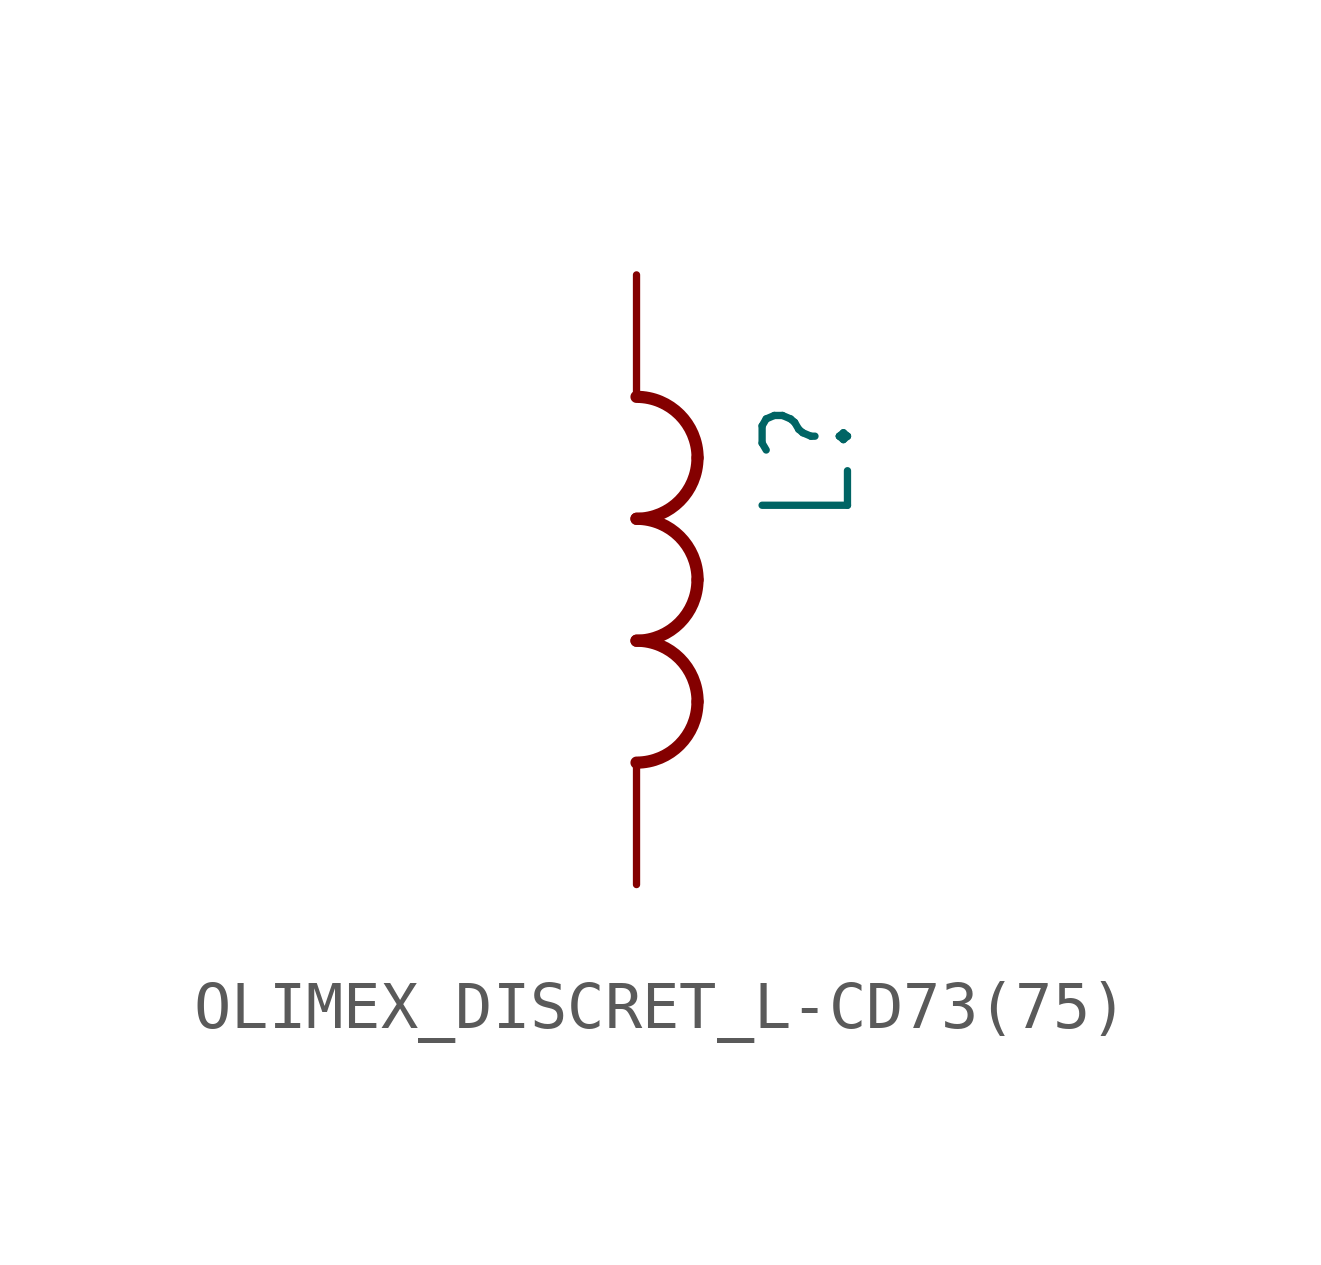
<source format=kicad_sym>
(kicad_symbol_lib
  (version 20231120)
  (generator "kicad_symbol_editor")
  (generator_version "8.0")
  (symbol "OLIMEX_DISCRET_L-CD73(75)"
    (property "Reference" "L"
      (at 2.54 5.08 90)
      (effects (font (size 1.778 1.511)) (justify right top)))
    (property "Value" ""
      (at -3.81 6.35 90)
      (effects (font (size 1.778 1.511)) (justify right top)))
    (property "ki_locked" ""
      (at 0 0 0)
      (effects (font (size 1.27 1.27))))
    (symbol "OLIMEX_DISCRET_L-CD73(75)_1_0"
      (arc (start 0 -2.54) (mid 0.898 -2.168) (end 1.27 -1.27) (stroke (width 0.254) (type solid)) (fill (type none)))
      (arc (start 0 0) (mid 0.898 0.372) (end 1.27 1.27) (stroke (width 0.254) (type solid)) (fill (type none)))
      (arc (start 0 2.54) (mid 0.898 2.912) (end 1.27 3.81) (stroke (width 0.254) (type solid)) (fill (type none)))
      (arc (start 1.27 -1.27) (mid 0.898 -0.372) (end 0 0) (stroke (width 0.254) (type solid)) (fill (type none)))
      (arc (start 1.27 1.27) (mid 0.898 2.168) (end 0 2.54) (stroke (width 0.254) (type solid)) (fill (type none)))
      (arc (start 1.27 3.81) (mid 0.898 4.708) (end 0 5.08) (stroke (width 0.254) (type solid)) (fill (type none)))
      (pin passive line (at 0 7.62 270) (length 2.54) (name "1" (effects (font (size 0 0)))) (number "1" (effects (font (size 0 0)))))
      (pin passive line (at 0 -5.08 90) (length 2.54) (name "2" (effects (font (size 0 0)))) (number "2" (effects (font (size 0 0))))))))
</source>
